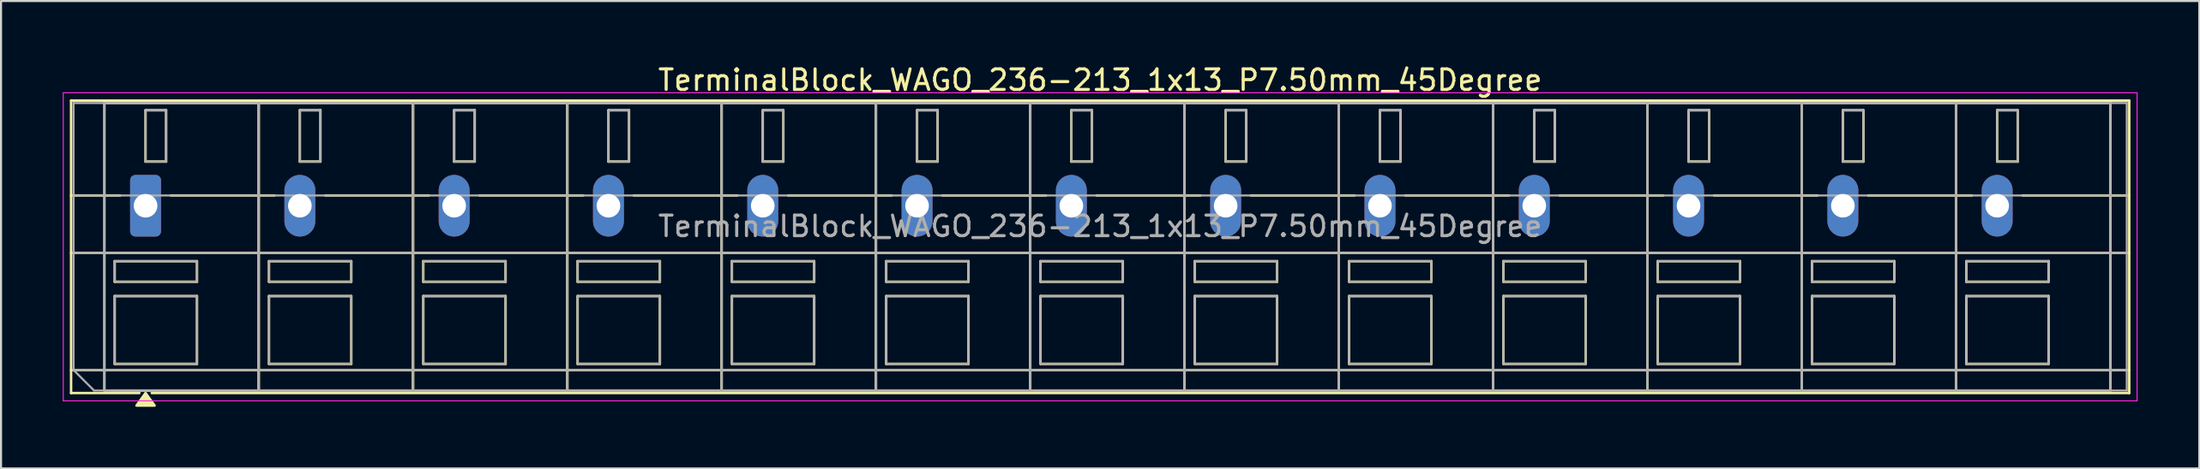
<source format=kicad_pcb>
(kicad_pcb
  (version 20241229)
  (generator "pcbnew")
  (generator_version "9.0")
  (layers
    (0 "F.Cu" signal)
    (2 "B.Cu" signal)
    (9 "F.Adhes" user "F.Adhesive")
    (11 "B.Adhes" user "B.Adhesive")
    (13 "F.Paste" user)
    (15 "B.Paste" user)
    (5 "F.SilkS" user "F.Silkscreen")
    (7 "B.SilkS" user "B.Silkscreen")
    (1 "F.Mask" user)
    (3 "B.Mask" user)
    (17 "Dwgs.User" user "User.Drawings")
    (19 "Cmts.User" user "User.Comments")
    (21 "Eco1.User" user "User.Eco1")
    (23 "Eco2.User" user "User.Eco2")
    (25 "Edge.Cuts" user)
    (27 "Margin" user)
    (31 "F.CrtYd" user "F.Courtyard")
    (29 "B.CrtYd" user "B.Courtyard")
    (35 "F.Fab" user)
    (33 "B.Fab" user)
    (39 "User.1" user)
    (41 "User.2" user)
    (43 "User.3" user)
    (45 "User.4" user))
  (footprint "TerminalBlock_WAGO_236-213_1x13_P7.50mm_45Degree"
    (layer "F.Cu")
    (at 4.025 6.968)
    (property "Reference" "TerminalBlock_WAGO_236-213_1x13_P7.50mm_45Degree" (at 46.4 -6.12 0) (layer "F.SilkS") (effects (font (size 1 1) (thickness 0.15))))
    (attr through_hole)
    (fp_line (start -3.62 -5.12) (end 96.42 -5.12) (stroke (width 0.12) (type solid)) (layer "F.SilkS"))
    (fp_line (start -3.62 -0.5) (end -1.23 -0.5) (stroke (width 0.12) (type solid)) (layer "F.SilkS"))
    (fp_line (start -3.62 2.3) (end 96.42 2.3) (stroke (width 0.12) (type solid)) (layer "F.SilkS"))
    (fp_line (start -3.62 8) (end 96.42 8) (stroke (width 0.12) (type solid)) (layer "F.SilkS"))
    (fp_line (start -3.62 9.12) (end -3.62 -5.12) (stroke (width 0.12) (type solid)) (layer "F.SilkS"))
    (fp_line (start -2 -5) (end 5.5 -5) (stroke (width 0.12) (type solid)) (layer "F.SilkS"))
    (fp_line (start -2 9) (end -2 -5) (stroke (width 0.12) (type solid)) (layer "F.SilkS"))
    (fp_line (start -1.5 2.7) (end 2.5 2.7) (stroke (width 0.12) (type solid)) (layer "F.SilkS"))
    (fp_line (start -1.5 3.7) (end -1.5 2.7) (stroke (width 0.12) (type solid)) (layer "F.SilkS"))
    (fp_line (start -1.5 4.4) (end 2.5 4.4) (stroke (width 0.12) (type solid)) (layer "F.SilkS"))
    (fp_line (start -1.5 7.7) (end -1.5 4.4) (stroke (width 0.12) (type solid)) (layer "F.SilkS"))
    (fp_line (start -0.3 9.12) (end -3.62 9.12) (stroke (width 0.12) (type solid)) (layer "F.SilkS"))
    (fp_line (start 0 -4.65) (end 1 -4.65) (stroke (width 0.12) (type solid)) (layer "F.SilkS"))
    (fp_line (start 0 -2.15) (end 0 -4.65) (stroke (width 0.12) (type solid)) (layer "F.SilkS"))
    (fp_line (start 1 -4.65) (end 1 -2.15) (stroke (width 0.12) (type solid)) (layer "F.SilkS"))
    (fp_line (start 1 -2.15) (end 0 -2.15) (stroke (width 0.12) (type solid)) (layer "F.SilkS"))
    (fp_line (start 1.23 -0.5) (end 6.27 -0.5) (stroke (width 0.12) (type solid)) (layer "F.SilkS"))
    (fp_line (start 2.5 2.7) (end 2.5 3.7) (stroke (width 0.12) (type solid)) (layer "F.SilkS"))
    (fp_line (start 2.5 3.7) (end -1.5 3.7) (stroke (width 0.12) (type solid)) (layer "F.SilkS"))
    (fp_line (start 2.5 4.4) (end 2.5 7.7) (stroke (width 0.12) (type solid)) (layer "F.SilkS"))
    (fp_line (start 2.5 7.7) (end -1.5 7.7) (stroke (width 0.12) (type solid)) (layer "F.SilkS"))
    (fp_line (start 5.5 -5) (end 5.5 9) (stroke (width 0.12) (type solid)) (layer "F.SilkS"))
    (fp_line (start 5.5 -5) (end 13 -5) (stroke (width 0.12) (type solid)) (layer "F.SilkS"))
    (fp_line (start 5.5 9) (end -2 9) (stroke (width 0.12) (type solid)) (layer "F.SilkS"))
    (fp_line (start 5.5 9) (end 5.5 -5) (stroke (width 0.12) (type solid)) (layer "F.SilkS"))
    (fp_line (start 6 2.7) (end 10 2.7) (stroke (width 0.12) (type solid)) (layer "F.SilkS"))
    (fp_line (start 6 3.7) (end 6 2.7) (stroke (width 0.12) (type solid)) (layer "F.SilkS"))
    (fp_line (start 6 4.4) (end 10 4.4) (stroke (width 0.12) (type solid)) (layer "F.SilkS"))
    (fp_line (start 6 7.7) (end 6 4.4) (stroke (width 0.12) (type solid)) (layer "F.SilkS"))
    (fp_line (start 7.5 -4.65) (end 8.5 -4.65) (stroke (width 0.12) (type solid)) (layer "F.SilkS"))
    (fp_line (start 7.5 -2.15) (end 7.5 -4.65) (stroke (width 0.12) (type solid)) (layer "F.SilkS"))
    (fp_line (start 8.5 -4.65) (end 8.5 -2.15) (stroke (width 0.12) (type solid)) (layer "F.SilkS"))
    (fp_line (start 8.5 -2.15) (end 7.5 -2.15) (stroke (width 0.12) (type solid)) (layer "F.SilkS"))
    (fp_line (start 8.73 -0.5) (end 13.77 -0.5) (stroke (width 0.12) (type solid)) (layer "F.SilkS"))
    (fp_line (start 10 2.7) (end 10 3.7) (stroke (width 0.12) (type solid)) (layer "F.SilkS"))
    (fp_line (start 10 3.7) (end 6 3.7) (stroke (width 0.12) (type solid)) (layer "F.SilkS"))
    (fp_line (start 10 4.4) (end 10 7.7) (stroke (width 0.12) (type solid)) (layer "F.SilkS"))
    (fp_line (start 10 7.7) (end 6 7.7) (stroke (width 0.12) (type solid)) (layer "F.SilkS"))
    (fp_line (start 13 -5) (end 13 9) (stroke (width 0.12) (type solid)) (layer "F.SilkS"))
    (fp_line (start 13 -5) (end 20.5 -5) (stroke (width 0.12) (type solid)) (layer "F.SilkS"))
    (fp_line (start 13 9) (end 5.5 9) (stroke (width 0.12) (type solid)) (layer "F.SilkS"))
    (fp_line (start 13 9) (end 13 -5) (stroke (width 0.12) (type solid)) (layer "F.SilkS"))
    (fp_line (start 13.5 2.7) (end 17.5 2.7) (stroke (width 0.12) (type solid)) (layer "F.SilkS"))
    (fp_line (start 13.5 3.7) (end 13.5 2.7) (stroke (width 0.12) (type solid)) (layer "F.SilkS"))
    (fp_line (start 13.5 4.4) (end 17.5 4.4) (stroke (width 0.12) (type solid)) (layer "F.SilkS"))
    (fp_line (start 13.5 7.7) (end 13.5 4.4) (stroke (width 0.12) (type solid)) (layer "F.SilkS"))
    (fp_line (start 15 -4.65) (end 16 -4.65) (stroke (width 0.12) (type solid)) (layer "F.SilkS"))
    (fp_line (start 15 -2.15) (end 15 -4.65) (stroke (width 0.12) (type solid)) (layer "F.SilkS"))
    (fp_line (start 16 -4.65) (end 16 -2.15) (stroke (width 0.12) (type solid)) (layer "F.SilkS"))
    (fp_line (start 16 -2.15) (end 15 -2.15) (stroke (width 0.12) (type solid)) (layer "F.SilkS"))
    (fp_line (start 16.23 -0.5) (end 21.27 -0.5) (stroke (width 0.12) (type solid)) (layer "F.SilkS"))
    (fp_line (start 17.5 2.7) (end 17.5 3.7) (stroke (width 0.12) (type solid)) (layer "F.SilkS"))
    (fp_line (start 17.5 3.7) (end 13.5 3.7) (stroke (width 0.12) (type solid)) (layer "F.SilkS"))
    (fp_line (start 17.5 4.4) (end 17.5 7.7) (stroke (width 0.12) (type solid)) (layer "F.SilkS"))
    (fp_line (start 17.5 7.7) (end 13.5 7.7) (stroke (width 0.12) (type solid)) (layer "F.SilkS"))
    (fp_line (start 20.5 -5) (end 20.5 9) (stroke (width 0.12) (type solid)) (layer "F.SilkS"))
    (fp_line (start 20.5 -5) (end 28 -5) (stroke (width 0.12) (type solid)) (layer "F.SilkS"))
    (fp_line (start 20.5 9) (end 13 9) (stroke (width 0.12) (type solid)) (layer "F.SilkS"))
    (fp_line (start 20.5 9) (end 20.5 -5) (stroke (width 0.12) (type solid)) (layer "F.SilkS"))
    (fp_line (start 21 2.7) (end 25 2.7) (stroke (width 0.12) (type solid)) (layer "F.SilkS"))
    (fp_line (start 21 3.7) (end 21 2.7) (stroke (width 0.12) (type solid)) (layer "F.SilkS"))
    (fp_line (start 21 4.4) (end 25 4.4) (stroke (width 0.12) (type solid)) (layer "F.SilkS"))
    (fp_line (start 21 7.7) (end 21 4.4) (stroke (width 0.12) (type solid)) (layer "F.SilkS"))
    (fp_line (start 22.5 -4.65) (end 23.5 -4.65) (stroke (width 0.12) (type solid)) (layer "F.SilkS"))
    (fp_line (start 22.5 -2.15) (end 22.5 -4.65) (stroke (width 0.12) (type solid)) (layer "F.SilkS"))
    (fp_line (start 23.5 -4.65) (end 23.5 -2.15) (stroke (width 0.12) (type solid)) (layer "F.SilkS"))
    (fp_line (start 23.5 -2.15) (end 22.5 -2.15) (stroke (width 0.12) (type solid)) (layer "F.SilkS"))
    (fp_line (start 23.73 -0.5) (end 28.77 -0.5) (stroke (width 0.12) (type solid)) (layer "F.SilkS"))
    (fp_line (start 25 2.7) (end 25 3.7) (stroke (width 0.12) (type solid)) (layer "F.SilkS"))
    (fp_line (start 25 3.7) (end 21 3.7) (stroke (width 0.12) (type solid)) (layer "F.SilkS"))
    (fp_line (start 25 4.4) (end 25 7.7) (stroke (width 0.12) (type solid)) (layer "F.SilkS"))
    (fp_line (start 25 7.7) (end 21 7.7) (stroke (width 0.12) (type solid)) (layer "F.SilkS"))
    (fp_line (start 28 -5) (end 28 9) (stroke (width 0.12) (type solid)) (layer "F.SilkS"))
    (fp_line (start 28 -5) (end 35.5 -5) (stroke (width 0.12) (type solid)) (layer "F.SilkS"))
    (fp_line (start 28 9) (end 20.5 9) (stroke (width 0.12) (type solid)) (layer "F.SilkS"))
    (fp_line (start 28 9) (end 28 -5) (stroke (width 0.12) (type solid)) (layer "F.SilkS"))
    (fp_line (start 28.5 2.7) (end 32.5 2.7) (stroke (width 0.12) (type solid)) (layer "F.SilkS"))
    (fp_line (start 28.5 3.7) (end 28.5 2.7) (stroke (width 0.12) (type solid)) (layer "F.SilkS"))
    (fp_line (start 28.5 4.4) (end 32.5 4.4) (stroke (width 0.12) (type solid)) (layer "F.SilkS"))
    (fp_line (start 28.5 7.7) (end 28.5 4.4) (stroke (width 0.12) (type solid)) (layer "F.SilkS"))
    (fp_line (start 30 -4.65) (end 31 -4.65) (stroke (width 0.12) (type solid)) (layer "F.SilkS"))
    (fp_line (start 30 -2.15) (end 30 -4.65) (stroke (width 0.12) (type solid)) (layer "F.SilkS"))
    (fp_line (start 31 -4.65) (end 31 -2.15) (stroke (width 0.12) (type solid)) (layer "F.SilkS"))
    (fp_line (start 31 -2.15) (end 30 -2.15) (stroke (width 0.12) (type solid)) (layer "F.SilkS"))
    (fp_line (start 31.23 -0.5) (end 36.27 -0.5) (stroke (width 0.12) (type solid)) (layer "F.SilkS"))
    (fp_line (start 32.5 2.7) (end 32.5 3.7) (stroke (width 0.12) (type solid)) (layer "F.SilkS"))
    (fp_line (start 32.5 3.7) (end 28.5 3.7) (stroke (width 0.12) (type solid)) (layer "F.SilkS"))
    (fp_line (start 32.5 4.4) (end 32.5 7.7) (stroke (width 0.12) (type solid)) (layer "F.SilkS"))
    (fp_line (start 32.5 7.7) (end 28.5 7.7) (stroke (width 0.12) (type solid)) (layer "F.SilkS"))
    (fp_line (start 35.5 -5) (end 35.5 9) (stroke (width 0.12) (type solid)) (layer "F.SilkS"))
    (fp_line (start 35.5 -5) (end 43 -5) (stroke (width 0.12) (type solid)) (layer "F.SilkS"))
    (fp_line (start 35.5 9) (end 28 9) (stroke (width 0.12) (type solid)) (layer "F.SilkS"))
    (fp_line (start 35.5 9) (end 35.5 -5) (stroke (width 0.12) (type solid)) (layer "F.SilkS"))
    (fp_line (start 36 2.7) (end 40 2.7) (stroke (width 0.12) (type solid)) (layer "F.SilkS"))
    (fp_line (start 36 3.7) (end 36 2.7) (stroke (width 0.12) (type solid)) (layer "F.SilkS"))
    (fp_line (start 36 4.4) (end 40 4.4) (stroke (width 0.12) (type solid)) (layer "F.SilkS"))
    (fp_line (start 36 7.7) (end 36 4.4) (stroke (width 0.12) (type solid)) (layer "F.SilkS"))
    (fp_line (start 37.5 -4.65) (end 38.5 -4.65) (stroke (width 0.12) (type solid)) (layer "F.SilkS"))
    (fp_line (start 37.5 -2.15) (end 37.5 -4.65) (stroke (width 0.12) (type solid)) (layer "F.SilkS"))
    (fp_line (start 38.5 -4.65) (end 38.5 -2.15) (stroke (width 0.12) (type solid)) (layer "F.SilkS"))
    (fp_line (start 38.5 -2.15) (end 37.5 -2.15) (stroke (width 0.12) (type solid)) (layer "F.SilkS"))
    (fp_line (start 38.73 -0.5) (end 43.77 -0.5) (stroke (width 0.12) (type solid)) (layer "F.SilkS"))
    (fp_line (start 40 2.7) (end 40 3.7) (stroke (width 0.12) (type solid)) (layer "F.SilkS"))
    (fp_line (start 40 3.7) (end 36 3.7) (stroke (width 0.12) (type solid)) (layer "F.SilkS"))
    (fp_line (start 40 4.4) (end 40 7.7) (stroke (width 0.12) (type solid)) (layer "F.SilkS"))
    (fp_line (start 40 7.7) (end 36 7.7) (stroke (width 0.12) (type solid)) (layer "F.SilkS"))
    (fp_line (start 43 -5) (end 43 9) (stroke (width 0.12) (type solid)) (layer "F.SilkS"))
    (fp_line (start 43 -5) (end 50.5 -5) (stroke (width 0.12) (type solid)) (layer "F.SilkS"))
    (fp_line (start 43 9) (end 35.5 9) (stroke (width 0.12) (type solid)) (layer "F.SilkS"))
    (fp_line (start 43 9) (end 43 -5) (stroke (width 0.12) (type solid)) (layer "F.SilkS"))
    (fp_line (start 43.5 2.7) (end 47.5 2.7) (stroke (width 0.12) (type solid)) (layer "F.SilkS"))
    (fp_line (start 43.5 3.7) (end 43.5 2.7) (stroke (width 0.12) (type solid)) (layer "F.SilkS"))
    (fp_line (start 43.5 4.4) (end 47.5 4.4) (stroke (width 0.12) (type solid)) (layer "F.SilkS"))
    (fp_line (start 43.5 7.7) (end 43.5 4.4) (stroke (width 0.12) (type solid)) (layer "F.SilkS"))
    (fp_line (start 45 -4.65) (end 46 -4.65) (stroke (width 0.12) (type solid)) (layer "F.SilkS"))
    (fp_line (start 45 -2.15) (end 45 -4.65) (stroke (width 0.12) (type solid)) (layer "F.SilkS"))
    (fp_line (start 46 -4.65) (end 46 -2.15) (stroke (width 0.12) (type solid)) (layer "F.SilkS"))
    (fp_line (start 46 -2.15) (end 45 -2.15) (stroke (width 0.12) (type solid)) (layer "F.SilkS"))
    (fp_line (start 46.23 -0.5) (end 51.27 -0.5) (stroke (width 0.12) (type solid)) (layer "F.SilkS"))
    (fp_line (start 47.5 2.7) (end 47.5 3.7) (stroke (width 0.12) (type solid)) (layer "F.SilkS"))
    (fp_line (start 47.5 3.7) (end 43.5 3.7) (stroke (width 0.12) (type solid)) (layer "F.SilkS"))
    (fp_line (start 47.5 4.4) (end 47.5 7.7) (stroke (width 0.12) (type solid)) (layer "F.SilkS"))
    (fp_line (start 47.5 7.7) (end 43.5 7.7) (stroke (width 0.12) (type solid)) (layer "F.SilkS"))
    (fp_line (start 50.5 -5) (end 50.5 9) (stroke (width 0.12) (type solid)) (layer "F.SilkS"))
    (fp_line (start 50.5 -5) (end 58 -5) (stroke (width 0.12) (type solid)) (layer "F.SilkS"))
    (fp_line (start 50.5 9) (end 43 9) (stroke (width 0.12) (type solid)) (layer "F.SilkS"))
    (fp_line (start 50.5 9) (end 50.5 -5) (stroke (width 0.12) (type solid)) (layer "F.SilkS"))
    (fp_line (start 51 2.7) (end 55 2.7) (stroke (width 0.12) (type solid)) (layer "F.SilkS"))
    (fp_line (start 51 3.7) (end 51 2.7) (stroke (width 0.12) (type solid)) (layer "F.SilkS"))
    (fp_line (start 51 4.4) (end 55 4.4) (stroke (width 0.12) (type solid)) (layer "F.SilkS"))
    (fp_line (start 51 7.7) (end 51 4.4) (stroke (width 0.12) (type solid)) (layer "F.SilkS"))
    (fp_line (start 52.5 -4.65) (end 53.5 -4.65) (stroke (width 0.12) (type solid)) (layer "F.SilkS"))
    (fp_line (start 52.5 -2.15) (end 52.5 -4.65) (stroke (width 0.12) (type solid)) (layer "F.SilkS"))
    (fp_line (start 53.5 -4.65) (end 53.5 -2.15) (stroke (width 0.12) (type solid)) (layer "F.SilkS"))
    (fp_line (start 53.5 -2.15) (end 52.5 -2.15) (stroke (width 0.12) (type solid)) (layer "F.SilkS"))
    (fp_line (start 53.73 -0.5) (end 58.77 -0.5) (stroke (width 0.12) (type solid)) (layer "F.SilkS"))
    (fp_line (start 55 2.7) (end 55 3.7) (stroke (width 0.12) (type solid)) (layer "F.SilkS"))
    (fp_line (start 55 3.7) (end 51 3.7) (stroke (width 0.12) (type solid)) (layer "F.SilkS"))
    (fp_line (start 55 4.4) (end 55 7.7) (stroke (width 0.12) (type solid)) (layer "F.SilkS"))
    (fp_line (start 55 7.7) (end 51 7.7) (stroke (width 0.12) (type solid)) (layer "F.SilkS"))
    (fp_line (start 58 -5) (end 58 9) (stroke (width 0.12) (type solid)) (layer "F.SilkS"))
    (fp_line (start 58 -5) (end 65.5 -5) (stroke (width 0.12) (type solid)) (layer "F.SilkS"))
    (fp_line (start 58 9) (end 50.5 9) (stroke (width 0.12) (type solid)) (layer "F.SilkS"))
    (fp_line (start 58 9) (end 58 -5) (stroke (width 0.12) (type solid)) (layer "F.SilkS"))
    (fp_line (start 58.5 2.7) (end 62.5 2.7) (stroke (width 0.12) (type solid)) (layer "F.SilkS"))
    (fp_line (start 58.5 3.7) (end 58.5 2.7) (stroke (width 0.12) (type solid)) (layer "F.SilkS"))
    (fp_line (start 58.5 4.4) (end 62.5 4.4) (stroke (width 0.12) (type solid)) (layer "F.SilkS"))
    (fp_line (start 58.5 7.7) (end 58.5 4.4) (stroke (width 0.12) (type solid)) (layer "F.SilkS"))
    (fp_line (start 60 -4.65) (end 61 -4.65) (stroke (width 0.12) (type solid)) (layer "F.SilkS"))
    (fp_line (start 60 -2.15) (end 60 -4.65) (stroke (width 0.12) (type solid)) (layer "F.SilkS"))
    (fp_line (start 61 -4.65) (end 61 -2.15) (stroke (width 0.12) (type solid)) (layer "F.SilkS"))
    (fp_line (start 61 -2.15) (end 60 -2.15) (stroke (width 0.12) (type solid)) (layer "F.SilkS"))
    (fp_line (start 61.23 -0.5) (end 66.27 -0.5) (stroke (width 0.12) (type solid)) (layer "F.SilkS"))
    (fp_line (start 62.5 2.7) (end 62.5 3.7) (stroke (width 0.12) (type solid)) (layer "F.SilkS"))
    (fp_line (start 62.5 3.7) (end 58.5 3.7) (stroke (width 0.12) (type solid)) (layer "F.SilkS"))
    (fp_line (start 62.5 4.4) (end 62.5 7.7) (stroke (width 0.12) (type solid)) (layer "F.SilkS"))
    (fp_line (start 62.5 7.7) (end 58.5 7.7) (stroke (width 0.12) (type solid)) (layer "F.SilkS"))
    (fp_line (start 65.5 -5) (end 65.5 9) (stroke (width 0.12) (type solid)) (layer "F.SilkS"))
    (fp_line (start 65.5 -5) (end 73 -5) (stroke (width 0.12) (type solid)) (layer "F.SilkS"))
    (fp_line (start 65.5 9) (end 58 9) (stroke (width 0.12) (type solid)) (layer "F.SilkS"))
    (fp_line (start 65.5 9) (end 65.5 -5) (stroke (width 0.12) (type solid)) (layer "F.SilkS"))
    (fp_line (start 66 2.7) (end 70 2.7) (stroke (width 0.12) (type solid)) (layer "F.SilkS"))
    (fp_line (start 66 3.7) (end 66 2.7) (stroke (width 0.12) (type solid)) (layer "F.SilkS"))
    (fp_line (start 66 4.4) (end 70 4.4) (stroke (width 0.12) (type solid)) (layer "F.SilkS"))
    (fp_line (start 66 7.7) (end 66 4.4) (stroke (width 0.12) (type solid)) (layer "F.SilkS"))
    (fp_line (start 67.5 -4.65) (end 68.5 -4.65) (stroke (width 0.12) (type solid)) (layer "F.SilkS"))
    (fp_line (start 67.5 -2.15) (end 67.5 -4.65) (stroke (width 0.12) (type solid)) (layer "F.SilkS"))
    (fp_line (start 68.5 -4.65) (end 68.5 -2.15) (stroke (width 0.12) (type solid)) (layer "F.SilkS"))
    (fp_line (start 68.5 -2.15) (end 67.5 -2.15) (stroke (width 0.12) (type solid)) (layer "F.SilkS"))
    (fp_line (start 68.73 -0.5) (end 73.77 -0.5) (stroke (width 0.12) (type solid)) (layer "F.SilkS"))
    (fp_line (start 70 2.7) (end 70 3.7) (stroke (width 0.12) (type solid)) (layer "F.SilkS"))
    (fp_line (start 70 3.7) (end 66 3.7) (stroke (width 0.12) (type solid)) (layer "F.SilkS"))
    (fp_line (start 70 4.4) (end 70 7.7) (stroke (width 0.12) (type solid)) (layer "F.SilkS"))
    (fp_line (start 70 7.7) (end 66 7.7) (stroke (width 0.12) (type solid)) (layer "F.SilkS"))
    (fp_line (start 73 -5) (end 73 9) (stroke (width 0.12) (type solid)) (layer "F.SilkS"))
    (fp_line (start 73 -5) (end 80.5 -5) (stroke (width 0.12) (type solid)) (layer "F.SilkS"))
    (fp_line (start 73 9) (end 65.5 9) (stroke (width 0.12) (type solid)) (layer "F.SilkS"))
    (fp_line (start 73 9) (end 73 -5) (stroke (width 0.12) (type solid)) (layer "F.SilkS"))
    (fp_line (start 73.5 2.7) (end 77.5 2.7) (stroke (width 0.12) (type solid)) (layer "F.SilkS"))
    (fp_line (start 73.5 3.7) (end 73.5 2.7) (stroke (width 0.12) (type solid)) (layer "F.SilkS"))
    (fp_line (start 73.5 4.4) (end 77.5 4.4) (stroke (width 0.12) (type solid)) (layer "F.SilkS"))
    (fp_line (start 73.5 7.7) (end 73.5 4.4) (stroke (width 0.12) (type solid)) (layer "F.SilkS"))
    (fp_line (start 75 -4.65) (end 76 -4.65) (stroke (width 0.12) (type solid)) (layer "F.SilkS"))
    (fp_line (start 75 -2.15) (end 75 -4.65) (stroke (width 0.12) (type solid)) (layer "F.SilkS"))
    (fp_line (start 76 -4.65) (end 76 -2.15) (stroke (width 0.12) (type solid)) (layer "F.SilkS"))
    (fp_line (start 76 -2.15) (end 75 -2.15) (stroke (width 0.12) (type solid)) (layer "F.SilkS"))
    (fp_line (start 76.23 -0.5) (end 81.27 -0.5) (stroke (width 0.12) (type solid)) (layer "F.SilkS"))
    (fp_line (start 77.5 2.7) (end 77.5 3.7) (stroke (width 0.12) (type solid)) (layer "F.SilkS"))
    (fp_line (start 77.5 3.7) (end 73.5 3.7) (stroke (width 0.12) (type solid)) (layer "F.SilkS"))
    (fp_line (start 77.5 4.4) (end 77.5 7.7) (stroke (width 0.12) (type solid)) (layer "F.SilkS"))
    (fp_line (start 77.5 7.7) (end 73.5 7.7) (stroke (width 0.12) (type solid)) (layer "F.SilkS"))
    (fp_line (start 80.5 -5) (end 80.5 9) (stroke (width 0.12) (type solid)) (layer "F.SilkS"))
    (fp_line (start 80.5 -5) (end 88 -5) (stroke (width 0.12) (type solid)) (layer "F.SilkS"))
    (fp_line (start 80.5 9) (end 73 9) (stroke (width 0.12) (type solid)) (layer "F.SilkS"))
    (fp_line (start 80.5 9) (end 80.5 -5) (stroke (width 0.12) (type solid)) (layer "F.SilkS"))
    (fp_line (start 81 2.7) (end 85 2.7) (stroke (width 0.12) (type solid)) (layer "F.SilkS"))
    (fp_line (start 81 3.7) (end 81 2.7) (stroke (width 0.12) (type solid)) (layer "F.SilkS"))
    (fp_line (start 81 4.4) (end 85 4.4) (stroke (width 0.12) (type solid)) (layer "F.SilkS"))
    (fp_line (start 81 7.7) (end 81 4.4) (stroke (width 0.12) (type solid)) (layer "F.SilkS"))
    (fp_line (start 82.5 -4.65) (end 83.5 -4.65) (stroke (width 0.12) (type solid)) (layer "F.SilkS"))
    (fp_line (start 82.5 -2.15) (end 82.5 -4.65) (stroke (width 0.12) (type solid)) (layer "F.SilkS"))
    (fp_line (start 83.5 -4.65) (end 83.5 -2.15) (stroke (width 0.12) (type solid)) (layer "F.SilkS"))
    (fp_line (start 83.5 -2.15) (end 82.5 -2.15) (stroke (width 0.12) (type solid)) (layer "F.SilkS"))
    (fp_line (start 83.73 -0.5) (end 88.77 -0.5) (stroke (width 0.12) (type solid)) (layer "F.SilkS"))
    (fp_line (start 85 2.7) (end 85 3.7) (stroke (width 0.12) (type solid)) (layer "F.SilkS"))
    (fp_line (start 85 3.7) (end 81 3.7) (stroke (width 0.12) (type solid)) (layer "F.SilkS"))
    (fp_line (start 85 4.4) (end 85 7.7) (stroke (width 0.12) (type solid)) (layer "F.SilkS"))
    (fp_line (start 85 7.7) (end 81 7.7) (stroke (width 0.12) (type solid)) (layer "F.SilkS"))
    (fp_line (start 88 -5) (end 88 9) (stroke (width 0.12) (type solid)) (layer "F.SilkS"))
    (fp_line (start 88 -5) (end 95.5 -5) (stroke (width 0.12) (type solid)) (layer "F.SilkS"))
    (fp_line (start 88 9) (end 80.5 9) (stroke (width 0.12) (type solid)) (layer "F.SilkS"))
    (fp_line (start 88 9) (end 88 -5) (stroke (width 0.12) (type solid)) (layer "F.SilkS"))
    (fp_line (start 88.5 2.7) (end 92.5 2.7) (stroke (width 0.12) (type solid)) (layer "F.SilkS"))
    (fp_line (start 88.5 3.7) (end 88.5 2.7) (stroke (width 0.12) (type solid)) (layer "F.SilkS"))
    (fp_line (start 88.5 4.4) (end 92.5 4.4) (stroke (width 0.12) (type solid)) (layer "F.SilkS"))
    (fp_line (start 88.5 7.7) (end 88.5 4.4) (stroke (width 0.12) (type solid)) (layer "F.SilkS"))
    (fp_line (start 90 -4.65) (end 91 -4.65) (stroke (width 0.12) (type solid)) (layer "F.SilkS"))
    (fp_line (start 90 -2.15) (end 90 -4.65) (stroke (width 0.12) (type solid)) (layer "F.SilkS"))
    (fp_line (start 91 -4.65) (end 91 -2.15) (stroke (width 0.12) (type solid)) (layer "F.SilkS"))
    (fp_line (start 91 -2.15) (end 90 -2.15) (stroke (width 0.12) (type solid)) (layer "F.SilkS"))
    (fp_line (start 91.23 -0.5) (end 96.42 -0.5) (stroke (width 0.12) (type solid)) (layer "F.SilkS"))
    (fp_line (start 92.5 2.7) (end 92.5 3.7) (stroke (width 0.12) (type solid)) (layer "F.SilkS"))
    (fp_line (start 92.5 3.7) (end 88.5 3.7) (stroke (width 0.12) (type solid)) (layer "F.SilkS"))
    (fp_line (start 92.5 4.4) (end 92.5 7.7) (stroke (width 0.12) (type solid)) (layer "F.SilkS"))
    (fp_line (start 92.5 7.7) (end 88.5 7.7) (stroke (width 0.12) (type solid)) (layer "F.SilkS"))
    (fp_line (start 95.5 -5) (end 95.5 9) (stroke (width 0.12) (type solid)) (layer "F.SilkS"))
    (fp_line (start 95.5 9) (end 88 9) (stroke (width 0.12) (type solid)) (layer "F.SilkS"))
    (fp_line (start 96.42 -5.12) (end 96.42 9.12) (stroke (width 0.12) (type solid)) (layer "F.SilkS"))
    (fp_line (start 96.42 9.12) (end 0.3 9.12) (stroke (width 0.12) (type solid)) (layer "F.SilkS"))
    (fp_poly (pts (xy 0 9.12) (xy 0.44 9.73) (xy -0.44 9.73)) (stroke (width 0.12) (type solid)) (fill yes) (layer "F.SilkS"))
    (fp_line (start -4 -5.5) (end -4 9.5) (stroke (width 0.05) (type solid)) (layer "F.CrtYd"))
    (fp_line (start -4 9.5) (end 96.8 9.5) (stroke (width 0.05) (type solid)) (layer "F.CrtYd"))
    (fp_line (start 96.8 -5.5) (end -4 -5.5) (stroke (width 0.05) (type solid)) (layer "F.CrtYd"))
    (fp_line (start 96.8 9.5) (end 96.8 -5.5) (stroke (width 0.05) (type solid)) (layer "F.CrtYd"))
    (fp_line (start -3.5 -5) (end 96.3 -5) (stroke (width 0.1) (type solid)) (layer "F.Fab"))
    (fp_line (start -3.5 -0.5) (end 96.3 -0.5) (stroke (width 0.1) (type solid)) (layer "F.Fab"))
    (fp_line (start -3.5 2.3) (end 96.3 2.3) (stroke (width 0.1) (type solid)) (layer "F.Fab"))
    (fp_line (start -3.5 8) (end -3.5 -5) (stroke (width 0.1) (type solid)) (layer "F.Fab"))
    (fp_line (start -3.5 8) (end 96.3 8) (stroke (width 0.1) (type solid)) (layer "F.Fab"))
    (fp_line (start -2.5 9) (end -3.5 8) (stroke (width 0.1) (type solid)) (layer "F.Fab"))
    (fp_line (start -2 -5) (end -2 9) (stroke (width 0.1) (type solid)) (layer "F.Fab"))
    (fp_line (start -2 9) (end 5.5 9) (stroke (width 0.1) (type solid)) (layer "F.Fab"))
    (fp_line (start -1.5 2.7) (end -1.5 3.7) (stroke (width 0.1) (type solid)) (layer "F.Fab"))
    (fp_line (start -1.5 3.7) (end 2.5 3.7) (stroke (width 0.1) (type solid)) (layer "F.Fab"))
    (fp_line (start -1.5 4.4) (end -1.5 7.7) (stroke (width 0.1) (type solid)) (layer "F.Fab"))
    (fp_line (start -1.5 7.7) (end 2.5 7.7) (stroke (width 0.1) (type solid)) (layer "F.Fab"))
    (fp_line (start 0 -4.65) (end 0 -2.15) (stroke (width 0.1) (type solid)) (layer "F.Fab"))
    (fp_line (start 0 -2.15) (end 1 -2.15) (stroke (width 0.1) (type solid)) (layer "F.Fab"))
    (fp_line (start 1 -4.65) (end 0 -4.65) (stroke (width 0.1) (type solid)) (layer "F.Fab"))
    (fp_line (start 1 -2.15) (end 1 -4.65) (stroke (width 0.1) (type solid)) (layer "F.Fab"))
    (fp_line (start 2.5 2.7) (end -1.5 2.7) (stroke (width 0.1) (type solid)) (layer "F.Fab"))
    (fp_line (start 2.5 3.7) (end 2.5 2.7) (stroke (width 0.1) (type solid)) (layer "F.Fab"))
    (fp_line (start 2.5 4.4) (end -1.5 4.4) (stroke (width 0.1) (type solid)) (layer "F.Fab"))
    (fp_line (start 2.5 7.7) (end 2.5 4.4) (stroke (width 0.1) (type solid)) (layer "F.Fab"))
    (fp_line (start 5.5 -5) (end -2 -5) (stroke (width 0.1) (type solid)) (layer "F.Fab"))
    (fp_line (start 5.5 -5) (end 5.5 9) (stroke (width 0.1) (type solid)) (layer "F.Fab"))
    (fp_line (start 5.5 9) (end 5.5 -5) (stroke (width 0.1) (type solid)) (layer "F.Fab"))
    (fp_line (start 5.5 9) (end 13 9) (stroke (width 0.1) (type solid)) (layer "F.Fab"))
    (fp_line (start 6 2.7) (end 6 3.7) (stroke (width 0.1) (type solid)) (layer "F.Fab"))
    (fp_line (start 6 3.7) (end 10 3.7) (stroke (width 0.1) (type solid)) (layer "F.Fab"))
    (fp_line (start 6 4.4) (end 6 7.7) (stroke (width 0.1) (type solid)) (layer "F.Fab"))
    (fp_line (start 6 7.7) (end 10 7.7) (stroke (width 0.1) (type solid)) (layer "F.Fab"))
    (fp_line (start 7.5 -4.65) (end 7.5 -2.15) (stroke (width 0.1) (type solid)) (layer "F.Fab"))
    (fp_line (start 7.5 -2.15) (end 8.5 -2.15) (stroke (width 0.1) (type solid)) (layer "F.Fab"))
    (fp_line (start 8.5 -4.65) (end 7.5 -4.65) (stroke (width 0.1) (type solid)) (layer "F.Fab"))
    (fp_line (start 8.5 -2.15) (end 8.5 -4.65) (stroke (width 0.1) (type solid)) (layer "F.Fab"))
    (fp_line (start 10 2.7) (end 6 2.7) (stroke (width 0.1) (type solid)) (layer "F.Fab"))
    (fp_line (start 10 3.7) (end 10 2.7) (stroke (width 0.1) (type solid)) (layer "F.Fab"))
    (fp_line (start 10 4.4) (end 6 4.4) (stroke (width 0.1) (type solid)) (layer "F.Fab"))
    (fp_line (start 10 7.7) (end 10 4.4) (stroke (width 0.1) (type solid)) (layer "F.Fab"))
    (fp_line (start 13 -5) (end 5.5 -5) (stroke (width 0.1) (type solid)) (layer "F.Fab"))
    (fp_line (start 13 -5) (end 13 9) (stroke (width 0.1) (type solid)) (layer "F.Fab"))
    (fp_line (start 13 9) (end 13 -5) (stroke (width 0.1) (type solid)) (layer "F.Fab"))
    (fp_line (start 13 9) (end 20.5 9) (stroke (width 0.1) (type solid)) (layer "F.Fab"))
    (fp_line (start 13.5 2.7) (end 13.5 3.7) (stroke (width 0.1) (type solid)) (layer "F.Fab"))
    (fp_line (start 13.5 3.7) (end 17.5 3.7) (stroke (width 0.1) (type solid)) (layer "F.Fab"))
    (fp_line (start 13.5 4.4) (end 13.5 7.7) (stroke (width 0.1) (type solid)) (layer "F.Fab"))
    (fp_line (start 13.5 7.7) (end 17.5 7.7) (stroke (width 0.1) (type solid)) (layer "F.Fab"))
    (fp_line (start 15 -4.65) (end 15 -2.15) (stroke (width 0.1) (type solid)) (layer "F.Fab"))
    (fp_line (start 15 -2.15) (end 16 -2.15) (stroke (width 0.1) (type solid)) (layer "F.Fab"))
    (fp_line (start 16 -4.65) (end 15 -4.65) (stroke (width 0.1) (type solid)) (layer "F.Fab"))
    (fp_line (start 16 -2.15) (end 16 -4.65) (stroke (width 0.1) (type solid)) (layer "F.Fab"))
    (fp_line (start 17.5 2.7) (end 13.5 2.7) (stroke (width 0.1) (type solid)) (layer "F.Fab"))
    (fp_line (start 17.5 3.7) (end 17.5 2.7) (stroke (width 0.1) (type solid)) (layer "F.Fab"))
    (fp_line (start 17.5 4.4) (end 13.5 4.4) (stroke (width 0.1) (type solid)) (layer "F.Fab"))
    (fp_line (start 17.5 7.7) (end 17.5 4.4) (stroke (width 0.1) (type solid)) (layer "F.Fab"))
    (fp_line (start 20.5 -5) (end 13 -5) (stroke (width 0.1) (type solid)) (layer "F.Fab"))
    (fp_line (start 20.5 -5) (end 20.5 9) (stroke (width 0.1) (type solid)) (layer "F.Fab"))
    (fp_line (start 20.5 9) (end 20.5 -5) (stroke (width 0.1) (type solid)) (layer "F.Fab"))
    (fp_line (start 20.5 9) (end 28 9) (stroke (width 0.1) (type solid)) (layer "F.Fab"))
    (fp_line (start 21 2.7) (end 21 3.7) (stroke (width 0.1) (type solid)) (layer "F.Fab"))
    (fp_line (start 21 3.7) (end 25 3.7) (stroke (width 0.1) (type solid)) (layer "F.Fab"))
    (fp_line (start 21 4.4) (end 21 7.7) (stroke (width 0.1) (type solid)) (layer "F.Fab"))
    (fp_line (start 21 7.7) (end 25 7.7) (stroke (width 0.1) (type solid)) (layer "F.Fab"))
    (fp_line (start 22.5 -4.65) (end 22.5 -2.15) (stroke (width 0.1) (type solid)) (layer "F.Fab"))
    (fp_line (start 22.5 -2.15) (end 23.5 -2.15) (stroke (width 0.1) (type solid)) (layer "F.Fab"))
    (fp_line (start 23.5 -4.65) (end 22.5 -4.65) (stroke (width 0.1) (type solid)) (layer "F.Fab"))
    (fp_line (start 23.5 -2.15) (end 23.5 -4.65) (stroke (width 0.1) (type solid)) (layer "F.Fab"))
    (fp_line (start 25 2.7) (end 21 2.7) (stroke (width 0.1) (type solid)) (layer "F.Fab"))
    (fp_line (start 25 3.7) (end 25 2.7) (stroke (width 0.1) (type solid)) (layer "F.Fab"))
    (fp_line (start 25 4.4) (end 21 4.4) (stroke (width 0.1) (type solid)) (layer "F.Fab"))
    (fp_line (start 25 7.7) (end 25 4.4) (stroke (width 0.1) (type solid)) (layer "F.Fab"))
    (fp_line (start 28 -5) (end 20.5 -5) (stroke (width 0.1) (type solid)) (layer "F.Fab"))
    (fp_line (start 28 -5) (end 28 9) (stroke (width 0.1) (type solid)) (layer "F.Fab"))
    (fp_line (start 28 9) (end 28 -5) (stroke (width 0.1) (type solid)) (layer "F.Fab"))
    (fp_line (start 28 9) (end 35.5 9) (stroke (width 0.1) (type solid)) (layer "F.Fab"))
    (fp_line (start 28.5 2.7) (end 28.5 3.7) (stroke (width 0.1) (type solid)) (layer "F.Fab"))
    (fp_line (start 28.5 3.7) (end 32.5 3.7) (stroke (width 0.1) (type solid)) (layer "F.Fab"))
    (fp_line (start 28.5 4.4) (end 28.5 7.7) (stroke (width 0.1) (type solid)) (layer "F.Fab"))
    (fp_line (start 28.5 7.7) (end 32.5 7.7) (stroke (width 0.1) (type solid)) (layer "F.Fab"))
    (fp_line (start 30 -4.65) (end 30 -2.15) (stroke (width 0.1) (type solid)) (layer "F.Fab"))
    (fp_line (start 30 -2.15) (end 31 -2.15) (stroke (width 0.1) (type solid)) (layer "F.Fab"))
    (fp_line (start 31 -4.65) (end 30 -4.65) (stroke (width 0.1) (type solid)) (layer "F.Fab"))
    (fp_line (start 31 -2.15) (end 31 -4.65) (stroke (width 0.1) (type solid)) (layer "F.Fab"))
    (fp_line (start 32.5 2.7) (end 28.5 2.7) (stroke (width 0.1) (type solid)) (layer "F.Fab"))
    (fp_line (start 32.5 3.7) (end 32.5 2.7) (stroke (width 0.1) (type solid)) (layer "F.Fab"))
    (fp_line (start 32.5 4.4) (end 28.5 4.4) (stroke (width 0.1) (type solid)) (layer "F.Fab"))
    (fp_line (start 32.5 7.7) (end 32.5 4.4) (stroke (width 0.1) (type solid)) (layer "F.Fab"))
    (fp_line (start 35.5 -5) (end 28 -5) (stroke (width 0.1) (type solid)) (layer "F.Fab"))
    (fp_line (start 35.5 -5) (end 35.5 9) (stroke (width 0.1) (type solid)) (layer "F.Fab"))
    (fp_line (start 35.5 9) (end 35.5 -5) (stroke (width 0.1) (type solid)) (layer "F.Fab"))
    (fp_line (start 35.5 9) (end 43 9) (stroke (width 0.1) (type solid)) (layer "F.Fab"))
    (fp_line (start 36 2.7) (end 36 3.7) (stroke (width 0.1) (type solid)) (layer "F.Fab"))
    (fp_line (start 36 3.7) (end 40 3.7) (stroke (width 0.1) (type solid)) (layer "F.Fab"))
    (fp_line (start 36 4.4) (end 36 7.7) (stroke (width 0.1) (type solid)) (layer "F.Fab"))
    (fp_line (start 36 7.7) (end 40 7.7) (stroke (width 0.1) (type solid)) (layer "F.Fab"))
    (fp_line (start 37.5 -4.65) (end 37.5 -2.15) (stroke (width 0.1) (type solid)) (layer "F.Fab"))
    (fp_line (start 37.5 -2.15) (end 38.5 -2.15) (stroke (width 0.1) (type solid)) (layer "F.Fab"))
    (fp_line (start 38.5 -4.65) (end 37.5 -4.65) (stroke (width 0.1) (type solid)) (layer "F.Fab"))
    (fp_line (start 38.5 -2.15) (end 38.5 -4.65) (stroke (width 0.1) (type solid)) (layer "F.Fab"))
    (fp_line (start 40 2.7) (end 36 2.7) (stroke (width 0.1) (type solid)) (layer "F.Fab"))
    (fp_line (start 40 3.7) (end 40 2.7) (stroke (width 0.1) (type solid)) (layer "F.Fab"))
    (fp_line (start 40 4.4) (end 36 4.4) (stroke (width 0.1) (type solid)) (layer "F.Fab"))
    (fp_line (start 40 7.7) (end 40 4.4) (stroke (width 0.1) (type solid)) (layer "F.Fab"))
    (fp_line (start 43 -5) (end 35.5 -5) (stroke (width 0.1) (type solid)) (layer "F.Fab"))
    (fp_line (start 43 -5) (end 43 9) (stroke (width 0.1) (type solid)) (layer "F.Fab"))
    (fp_line (start 43 9) (end 43 -5) (stroke (width 0.1) (type solid)) (layer "F.Fab"))
    (fp_line (start 43 9) (end 50.5 9) (stroke (width 0.1) (type solid)) (layer "F.Fab"))
    (fp_line (start 43.5 2.7) (end 43.5 3.7) (stroke (width 0.1) (type solid)) (layer "F.Fab"))
    (fp_line (start 43.5 3.7) (end 47.5 3.7) (stroke (width 0.1) (type solid)) (layer "F.Fab"))
    (fp_line (start 43.5 4.4) (end 43.5 7.7) (stroke (width 0.1) (type solid)) (layer "F.Fab"))
    (fp_line (start 43.5 7.7) (end 47.5 7.7) (stroke (width 0.1) (type solid)) (layer "F.Fab"))
    (fp_line (start 45 -4.65) (end 45 -2.15) (stroke (width 0.1) (type solid)) (layer "F.Fab"))
    (fp_line (start 45 -2.15) (end 46 -2.15) (stroke (width 0.1) (type solid)) (layer "F.Fab"))
    (fp_line (start 46 -4.65) (end 45 -4.65) (stroke (width 0.1) (type solid)) (layer "F.Fab"))
    (fp_line (start 46 -2.15) (end 46 -4.65) (stroke (width 0.1) (type solid)) (layer "F.Fab"))
    (fp_line (start 47.5 2.7) (end 43.5 2.7) (stroke (width 0.1) (type solid)) (layer "F.Fab"))
    (fp_line (start 47.5 3.7) (end 47.5 2.7) (stroke (width 0.1) (type solid)) (layer "F.Fab"))
    (fp_line (start 47.5 4.4) (end 43.5 4.4) (stroke (width 0.1) (type solid)) (layer "F.Fab"))
    (fp_line (start 47.5 7.7) (end 47.5 4.4) (stroke (width 0.1) (type solid)) (layer "F.Fab"))
    (fp_line (start 50.5 -5) (end 43 -5) (stroke (width 0.1) (type solid)) (layer "F.Fab"))
    (fp_line (start 50.5 -5) (end 50.5 9) (stroke (width 0.1) (type solid)) (layer "F.Fab"))
    (fp_line (start 50.5 9) (end 50.5 -5) (stroke (width 0.1) (type solid)) (layer "F.Fab"))
    (fp_line (start 50.5 9) (end 58 9) (stroke (width 0.1) (type solid)) (layer "F.Fab"))
    (fp_line (start 51 2.7) (end 51 3.7) (stroke (width 0.1) (type solid)) (layer "F.Fab"))
    (fp_line (start 51 3.7) (end 55 3.7) (stroke (width 0.1) (type solid)) (layer "F.Fab"))
    (fp_line (start 51 4.4) (end 51 7.7) (stroke (width 0.1) (type solid)) (layer "F.Fab"))
    (fp_line (start 51 7.7) (end 55 7.7) (stroke (width 0.1) (type solid)) (layer "F.Fab"))
    (fp_line (start 52.5 -4.65) (end 52.5 -2.15) (stroke (width 0.1) (type solid)) (layer "F.Fab"))
    (fp_line (start 52.5 -2.15) (end 53.5 -2.15) (stroke (width 0.1) (type solid)) (layer "F.Fab"))
    (fp_line (start 53.5 -4.65) (end 52.5 -4.65) (stroke (width 0.1) (type solid)) (layer "F.Fab"))
    (fp_line (start 53.5 -2.15) (end 53.5 -4.65) (stroke (width 0.1) (type solid)) (layer "F.Fab"))
    (fp_line (start 55 2.7) (end 51 2.7) (stroke (width 0.1) (type solid)) (layer "F.Fab"))
    (fp_line (start 55 3.7) (end 55 2.7) (stroke (width 0.1) (type solid)) (layer "F.Fab"))
    (fp_line (start 55 4.4) (end 51 4.4) (stroke (width 0.1) (type solid)) (layer "F.Fab"))
    (fp_line (start 55 7.7) (end 55 4.4) (stroke (width 0.1) (type solid)) (layer "F.Fab"))
    (fp_line (start 58 -5) (end 50.5 -5) (stroke (width 0.1) (type solid)) (layer "F.Fab"))
    (fp_line (start 58 -5) (end 58 9) (stroke (width 0.1) (type solid)) (layer "F.Fab"))
    (fp_line (start 58 9) (end 58 -5) (stroke (width 0.1) (type solid)) (layer "F.Fab"))
    (fp_line (start 58 9) (end 65.5 9) (stroke (width 0.1) (type solid)) (layer "F.Fab"))
    (fp_line (start 58.5 2.7) (end 58.5 3.7) (stroke (width 0.1) (type solid)) (layer "F.Fab"))
    (fp_line (start 58.5 3.7) (end 62.5 3.7) (stroke (width 0.1) (type solid)) (layer "F.Fab"))
    (fp_line (start 58.5 4.4) (end 58.5 7.7) (stroke (width 0.1) (type solid)) (layer "F.Fab"))
    (fp_line (start 58.5 7.7) (end 62.5 7.7) (stroke (width 0.1) (type solid)) (layer "F.Fab"))
    (fp_line (start 60 -4.65) (end 60 -2.15) (stroke (width 0.1) (type solid)) (layer "F.Fab"))
    (fp_line (start 60 -2.15) (end 61 -2.15) (stroke (width 0.1) (type solid)) (layer "F.Fab"))
    (fp_line (start 61 -4.65) (end 60 -4.65) (stroke (width 0.1) (type solid)) (layer "F.Fab"))
    (fp_line (start 61 -2.15) (end 61 -4.65) (stroke (width 0.1) (type solid)) (layer "F.Fab"))
    (fp_line (start 62.5 2.7) (end 58.5 2.7) (stroke (width 0.1) (type solid)) (layer "F.Fab"))
    (fp_line (start 62.5 3.7) (end 62.5 2.7) (stroke (width 0.1) (type solid)) (layer "F.Fab"))
    (fp_line (start 62.5 4.4) (end 58.5 4.4) (stroke (width 0.1) (type solid)) (layer "F.Fab"))
    (fp_line (start 62.5 7.7) (end 62.5 4.4) (stroke (width 0.1) (type solid)) (layer "F.Fab"))
    (fp_line (start 65.5 -5) (end 58 -5) (stroke (width 0.1) (type solid)) (layer "F.Fab"))
    (fp_line (start 65.5 -5) (end 65.5 9) (stroke (width 0.1) (type solid)) (layer "F.Fab"))
    (fp_line (start 65.5 9) (end 65.5 -5) (stroke (width 0.1) (type solid)) (layer "F.Fab"))
    (fp_line (start 65.5 9) (end 73 9) (stroke (width 0.1) (type solid)) (layer "F.Fab"))
    (fp_line (start 66 2.7) (end 66 3.7) (stroke (width 0.1) (type solid)) (layer "F.Fab"))
    (fp_line (start 66 3.7) (end 70 3.7) (stroke (width 0.1) (type solid)) (layer "F.Fab"))
    (fp_line (start 66 4.4) (end 66 7.7) (stroke (width 0.1) (type solid)) (layer "F.Fab"))
    (fp_line (start 66 7.7) (end 70 7.7) (stroke (width 0.1) (type solid)) (layer "F.Fab"))
    (fp_line (start 67.5 -4.65) (end 67.5 -2.15) (stroke (width 0.1) (type solid)) (layer "F.Fab"))
    (fp_line (start 67.5 -2.15) (end 68.5 -2.15) (stroke (width 0.1) (type solid)) (layer "F.Fab"))
    (fp_line (start 68.5 -4.65) (end 67.5 -4.65) (stroke (width 0.1) (type solid)) (layer "F.Fab"))
    (fp_line (start 68.5 -2.15) (end 68.5 -4.65) (stroke (width 0.1) (type solid)) (layer "F.Fab"))
    (fp_line (start 70 2.7) (end 66 2.7) (stroke (width 0.1) (type solid)) (layer "F.Fab"))
    (fp_line (start 70 3.7) (end 70 2.7) (stroke (width 0.1) (type solid)) (layer "F.Fab"))
    (fp_line (start 70 4.4) (end 66 4.4) (stroke (width 0.1) (type solid)) (layer "F.Fab"))
    (fp_line (start 70 7.7) (end 70 4.4) (stroke (width 0.1) (type solid)) (layer "F.Fab"))
    (fp_line (start 73 -5) (end 65.5 -5) (stroke (width 0.1) (type solid)) (layer "F.Fab"))
    (fp_line (start 73 -5) (end 73 9) (stroke (width 0.1) (type solid)) (layer "F.Fab"))
    (fp_line (start 73 9) (end 73 -5) (stroke (width 0.1) (type solid)) (layer "F.Fab"))
    (fp_line (start 73 9) (end 80.5 9) (stroke (width 0.1) (type solid)) (layer "F.Fab"))
    (fp_line (start 73.5 2.7) (end 73.5 3.7) (stroke (width 0.1) (type solid)) (layer "F.Fab"))
    (fp_line (start 73.5 3.7) (end 77.5 3.7) (stroke (width 0.1) (type solid)) (layer "F.Fab"))
    (fp_line (start 73.5 4.4) (end 73.5 7.7) (stroke (width 0.1) (type solid)) (layer "F.Fab"))
    (fp_line (start 73.5 7.7) (end 77.5 7.7) (stroke (width 0.1) (type solid)) (layer "F.Fab"))
    (fp_line (start 75 -4.65) (end 75 -2.15) (stroke (width 0.1) (type solid)) (layer "F.Fab"))
    (fp_line (start 75 -2.15) (end 76 -2.15) (stroke (width 0.1) (type solid)) (layer "F.Fab"))
    (fp_line (start 76 -4.65) (end 75 -4.65) (stroke (width 0.1) (type solid)) (layer "F.Fab"))
    (fp_line (start 76 -2.15) (end 76 -4.65) (stroke (width 0.1) (type solid)) (layer "F.Fab"))
    (fp_line (start 77.5 2.7) (end 73.5 2.7) (stroke (width 0.1) (type solid)) (layer "F.Fab"))
    (fp_line (start 77.5 3.7) (end 77.5 2.7) (stroke (width 0.1) (type solid)) (layer "F.Fab"))
    (fp_line (start 77.5 4.4) (end 73.5 4.4) (stroke (width 0.1) (type solid)) (layer "F.Fab"))
    (fp_line (start 77.5 7.7) (end 77.5 4.4) (stroke (width 0.1) (type solid)) (layer "F.Fab"))
    (fp_line (start 80.5 -5) (end 73 -5) (stroke (width 0.1) (type solid)) (layer "F.Fab"))
    (fp_line (start 80.5 -5) (end 80.5 9) (stroke (width 0.1) (type solid)) (layer "F.Fab"))
    (fp_line (start 80.5 9) (end 80.5 -5) (stroke (width 0.1) (type solid)) (layer "F.Fab"))
    (fp_line (start 80.5 9) (end 88 9) (stroke (width 0.1) (type solid)) (layer "F.Fab"))
    (fp_line (start 81 2.7) (end 81 3.7) (stroke (width 0.1) (type solid)) (layer "F.Fab"))
    (fp_line (start 81 3.7) (end 85 3.7) (stroke (width 0.1) (type solid)) (layer "F.Fab"))
    (fp_line (start 81 4.4) (end 81 7.7) (stroke (width 0.1) (type solid)) (layer "F.Fab"))
    (fp_line (start 81 7.7) (end 85 7.7) (stroke (width 0.1) (type solid)) (layer "F.Fab"))
    (fp_line (start 82.5 -4.65) (end 82.5 -2.15) (stroke (width 0.1) (type solid)) (layer "F.Fab"))
    (fp_line (start 82.5 -2.15) (end 83.5 -2.15) (stroke (width 0.1) (type solid)) (layer "F.Fab"))
    (fp_line (start 83.5 -4.65) (end 82.5 -4.65) (stroke (width 0.1) (type solid)) (layer "F.Fab"))
    (fp_line (start 83.5 -2.15) (end 83.5 -4.65) (stroke (width 0.1) (type solid)) (layer "F.Fab"))
    (fp_line (start 85 2.7) (end 81 2.7) (stroke (width 0.1) (type solid)) (layer "F.Fab"))
    (fp_line (start 85 3.7) (end 85 2.7) (stroke (width 0.1) (type solid)) (layer "F.Fab"))
    (fp_line (start 85 4.4) (end 81 4.4) (stroke (width 0.1) (type solid)) (layer "F.Fab"))
    (fp_line (start 85 7.7) (end 85 4.4) (stroke (width 0.1) (type solid)) (layer "F.Fab"))
    (fp_line (start 88 -5) (end 80.5 -5) (stroke (width 0.1) (type solid)) (layer "F.Fab"))
    (fp_line (start 88 -5) (end 88 9) (stroke (width 0.1) (type solid)) (layer "F.Fab"))
    (fp_line (start 88 9) (end 88 -5) (stroke (width 0.1) (type solid)) (layer "F.Fab"))
    (fp_line (start 88 9) (end 95.5 9) (stroke (width 0.1) (type solid)) (layer "F.Fab"))
    (fp_line (start 88.5 2.7) (end 88.5 3.7) (stroke (width 0.1) (type solid)) (layer "F.Fab"))
    (fp_line (start 88.5 3.7) (end 92.5 3.7) (stroke (width 0.1) (type solid)) (layer "F.Fab"))
    (fp_line (start 88.5 4.4) (end 88.5 7.7) (stroke (width 0.1) (type solid)) (layer "F.Fab"))
    (fp_line (start 88.5 7.7) (end 92.5 7.7) (stroke (width 0.1) (type solid)) (layer "F.Fab"))
    (fp_line (start 90 -4.65) (end 90 -2.15) (stroke (width 0.1) (type solid)) (layer "F.Fab"))
    (fp_line (start 90 -2.15) (end 91 -2.15) (stroke (width 0.1) (type solid)) (layer "F.Fab"))
    (fp_line (start 91 -4.65) (end 90 -4.65) (stroke (width 0.1) (type solid)) (layer "F.Fab"))
    (fp_line (start 91 -2.15) (end 91 -4.65) (stroke (width 0.1) (type solid)) (layer "F.Fab"))
    (fp_line (start 92.5 2.7) (end 88.5 2.7) (stroke (width 0.1) (type solid)) (layer "F.Fab"))
    (fp_line (start 92.5 3.7) (end 92.5 2.7) (stroke (width 0.1) (type solid)) (layer "F.Fab"))
    (fp_line (start 92.5 4.4) (end 88.5 4.4) (stroke (width 0.1) (type solid)) (layer "F.Fab"))
    (fp_line (start 92.5 7.7) (end 92.5 4.4) (stroke (width 0.1) (type solid)) (layer "F.Fab"))
    (fp_line (start 95.5 -5) (end 88 -5) (stroke (width 0.1) (type solid)) (layer "F.Fab"))
    (fp_line (start 95.5 9) (end 95.5 -5) (stroke (width 0.1) (type solid)) (layer "F.Fab"))
    (fp_line (start 96.3 -5) (end 96.3 9) (stroke (width 0.1) (type solid)) (layer "F.Fab"))
    (fp_line (start 96.3 9) (end -2.5 9) (stroke (width 0.1) (type solid)) (layer "F.Fab"))
    (fp_text user "${REFERENCE}" (at 46.4 1 0) (layer "F.Fab") (effects (font (size 1 1) (thickness 0.15))))
    (pad "1" thru_hole roundrect (at 0 0) (size 1.5 3) (drill 1.15) (layers "*.Cu" "*.Mask") (roundrect_rratio 0.167))
    (pad "2" thru_hole oval (at 7.5 0) (size 1.5 3) (drill 1.15) (layers "*.Cu" "*.Mask"))
    (pad "3" thru_hole oval (at 15 0) (size 1.5 3) (drill 1.15) (layers "*.Cu" "*.Mask"))
    (pad "4" thru_hole oval (at 22.5 0) (size 1.5 3) (drill 1.15) (layers "*.Cu" "*.Mask"))
    (pad "5" thru_hole oval (at 30 0) (size 1.5 3) (drill 1.15) (layers "*.Cu" "*.Mask"))
    (pad "6" thru_hole oval (at 37.5 0) (size 1.5 3) (drill 1.15) (layers "*.Cu" "*.Mask"))
    (pad "7" thru_hole oval (at 45 0) (size 1.5 3) (drill 1.15) (layers "*.Cu" "*.Mask"))
    (pad "8" thru_hole oval (at 52.5 0) (size 1.5 3) (drill 1.15) (layers "*.Cu" "*.Mask"))
    (pad "9" thru_hole oval (at 60 0) (size 1.5 3) (drill 1.15) (layers "*.Cu" "*.Mask"))
    (pad "10" thru_hole oval (at 67.5 0) (size 1.5 3) (drill 1.15) (layers "*.Cu" "*.Mask"))
    (pad "11" thru_hole oval (at 75 0) (size 1.5 3) (drill 1.15) (layers "*.Cu" "*.Mask"))
    (pad "12" thru_hole oval (at 82.5 0) (size 1.5 3) (drill 1.15) (layers "*.Cu" "*.Mask"))
    (pad "13" thru_hole oval (at 90 0) (size 1.5 3) (drill 1.15) (layers "*.Cu" "*.Mask")))
  (gr_rect
    (start -3 -3)
    (end 103.85 19.758)
    (stroke (width 0.1) (type default))
    (fill no)
    (layer "Edge.Cuts")))
</source>
